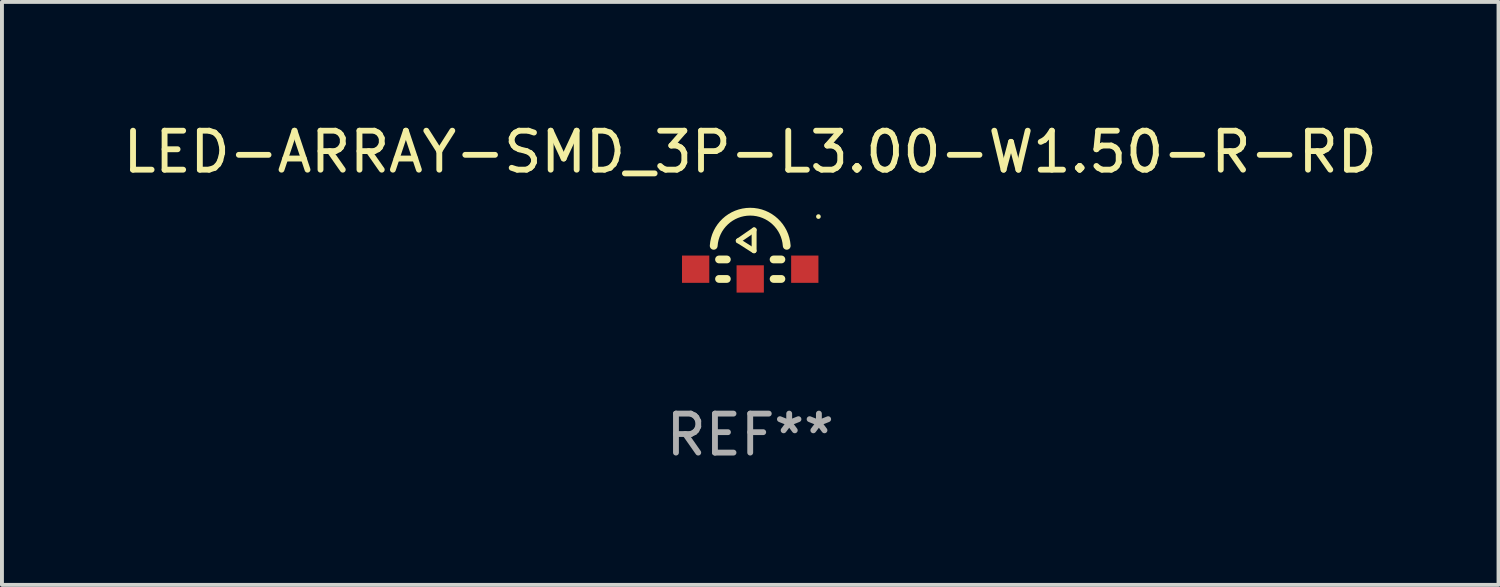
<source format=kicad_pcb>
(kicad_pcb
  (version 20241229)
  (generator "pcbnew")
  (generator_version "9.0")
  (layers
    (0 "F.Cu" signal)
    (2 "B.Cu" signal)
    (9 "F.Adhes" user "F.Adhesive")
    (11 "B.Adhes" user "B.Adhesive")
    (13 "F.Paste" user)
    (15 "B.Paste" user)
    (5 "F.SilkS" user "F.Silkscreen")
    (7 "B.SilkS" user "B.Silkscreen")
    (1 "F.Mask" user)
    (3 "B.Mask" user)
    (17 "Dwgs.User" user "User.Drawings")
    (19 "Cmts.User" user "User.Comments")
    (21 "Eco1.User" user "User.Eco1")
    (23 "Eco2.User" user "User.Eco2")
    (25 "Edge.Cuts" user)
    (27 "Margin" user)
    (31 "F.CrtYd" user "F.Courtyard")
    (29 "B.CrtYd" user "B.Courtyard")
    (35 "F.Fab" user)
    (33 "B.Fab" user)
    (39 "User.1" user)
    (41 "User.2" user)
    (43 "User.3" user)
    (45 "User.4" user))
  (footprint "LED-ARRAY-SMD_3P-L3.00-W1.50-R-RD"
    (layer "F.Cu")
    (at 16.196 3.477)
    (property "Reference" "LED-ARRAY-SMD_3P-L3.00-W1.50-R-RD" (at 0 -2.629 0) (layer "F.SilkS") (effects (font (size 1 1) (thickness 0.15))))
    (attr through_hole)
    (fp_line (start -0.8 0.129) (end -0.6 0.129) (stroke (width 0.2) (type solid)) (layer "F.SilkS"))
    (fp_line (start -0.8 0.629) (end -0.6 0.629) (stroke (width 0.2) (type solid)) (layer "F.SilkS"))
    (fp_line (start -0.306 -0.35) (end 0.097 -0.093) (stroke (width 0.127) (type solid)) (layer "F.SilkS"))
    (fp_line (start 0.1 -0.629) (end -0.306 -0.35) (stroke (width 0.127) (type solid)) (layer "F.SilkS"))
    (fp_line (start 0.1 -0.096) (end 0.1 -0.629) (stroke (width 0.127) (type solid)) (layer "F.SilkS"))
    (fp_line (start 0.6 0.129) (end 0.8 0.129) (stroke (width 0.2) (type solid)) (layer "F.SilkS"))
    (fp_line (start 0.6 0.629) (end 0.8 0.629) (stroke (width 0.2) (type solid)) (layer "F.SilkS"))
    (fp_arc (start -0.936703 -0.220855) (mid 0.000039 -1.09647) (end 0.936779 -0.220853) (stroke (width 0.2) (type solid)) (layer "F.SilkS"))
    (fp_circle (center 1.75 -0.971) (end 1.78 -0.971) (stroke (width 0.06) (type solid)) (fill no) (layer "F.SilkS"))
    (fp_text user "REF**" (at 0 4.629 0) (layer "F.Fab") (effects (font (size 1 1) (thickness 0.15))))
    (pad "1" smd rect (at 1.4 0.379 180) (size 0.7 0.7) (layers "F.Cu" "F.Mask" "F.Paste"))
    (pad "4" smd rect (at -1.4 0.379 180) (size 0.7 0.7) (layers "F.Cu" "F.Mask" "F.Paste"))
    (pad "5" smd rect (at 0 0.629 180) (size 0.7 0.7) (layers "F.Cu" "F.Mask" "F.Paste")))
  (gr_rect
    (start -3 -3)
    (end 35.393 11.955)
    (stroke (width 0.1) (type default))
    (fill no)
    (layer "Edge.Cuts")))
</source>
